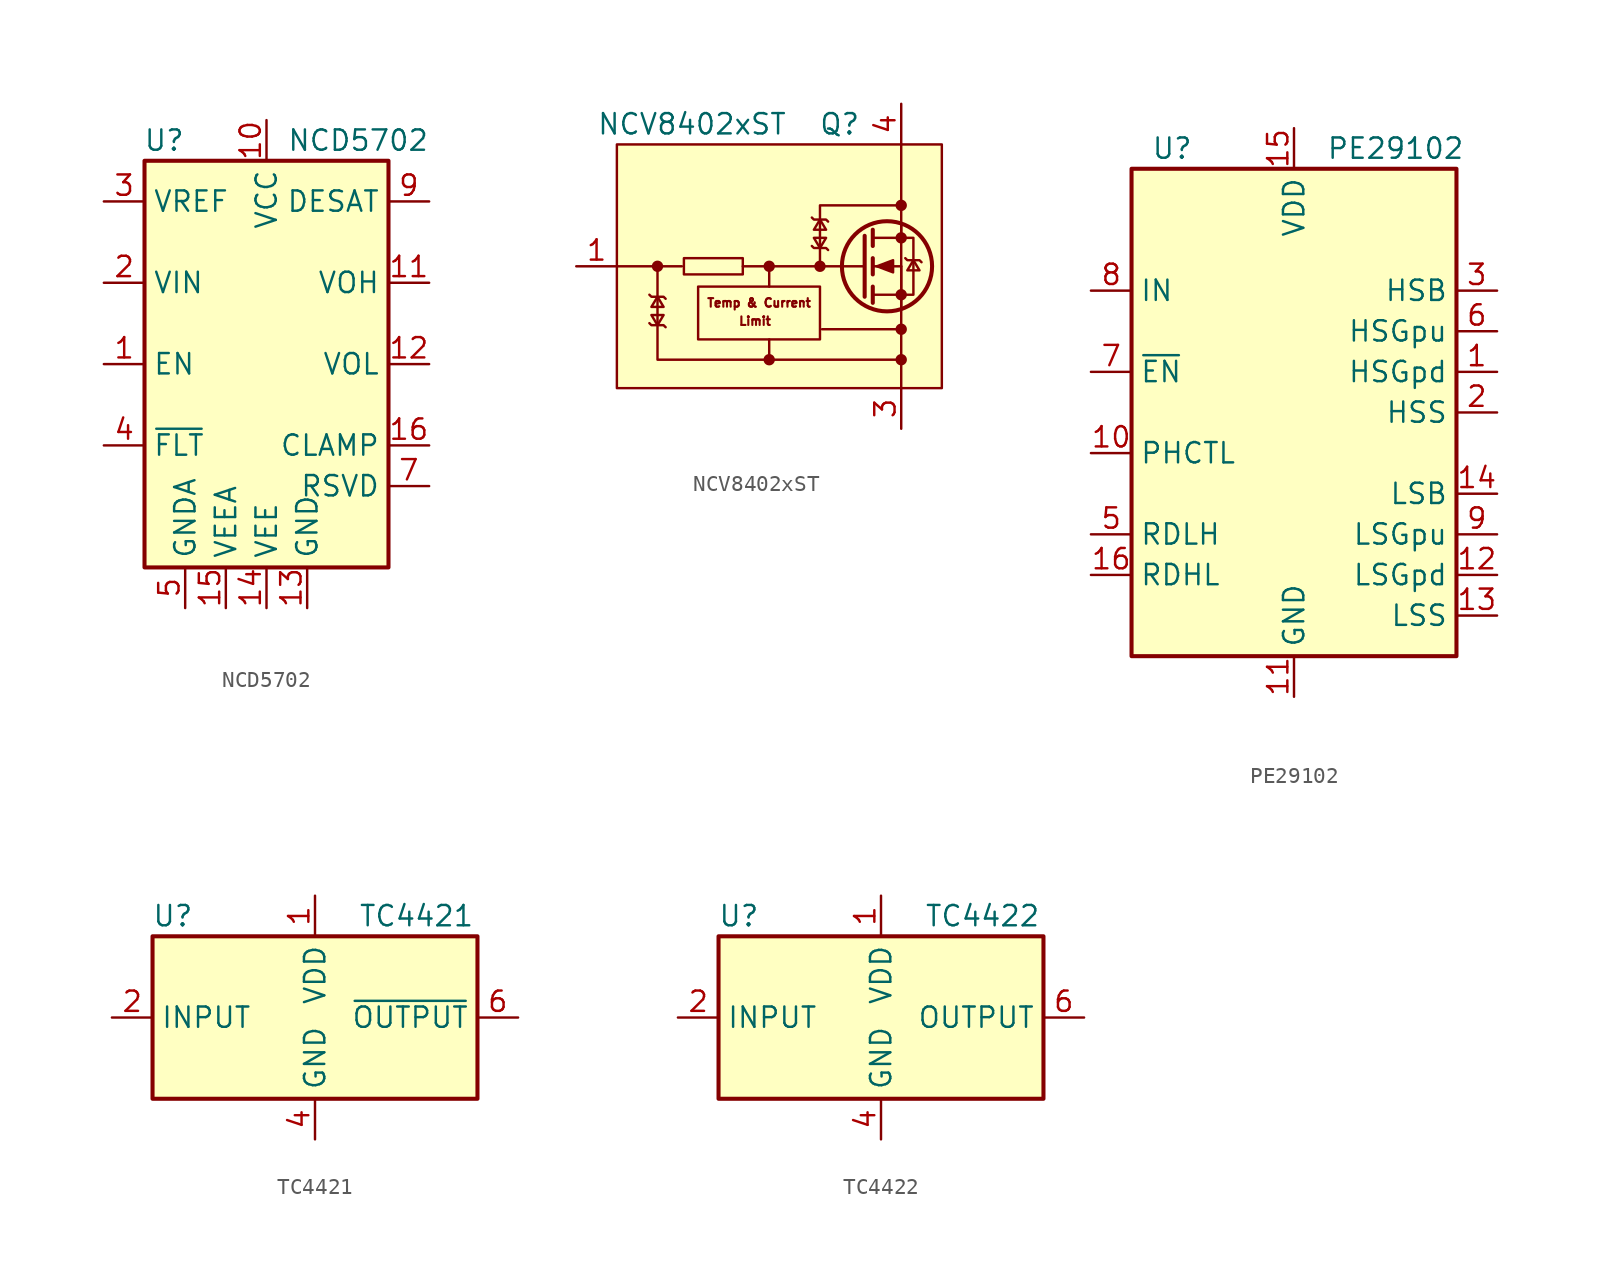
<source format=kicad_sym>
(kicad_symbol_lib
  (version 20200908)
  (generator kicad_symbol_editor)
  (symbol "Driver_FET:NCD5702"
    (property "Reference" "U"
      (at -5.08 13.97 0)
      (effects (font (size 1.27 1.27)) (justify right)))
    (property "Value" "NCD5702"
      (at 1.27 13.97 0)
      (effects (font (size 1.27 1.27)) (justify left)))
    (symbol "NCD5702_0_1"
      (rectangle (start -7.62 12.7) (end 7.62 -12.7) (stroke (width 0.254)) (fill (type background))))
    (symbol "NCD5702_1_1"
      (pin input line (at -10.16 0 0) (length 2.54) (name "EN" (effects (font (size 1.27 1.27)))) (number "1" (effects (font (size 1.27 1.27)))))
      (pin power_in line (at 0 15.24 270) (length 2.54) (name "VCC" (effects (font (size 1.27 1.27)))) (number "10" (effects (font (size 1.27 1.27)))))
      (pin open_emitter line (at 10.16 5.08 180) (length 2.54) (name "VOH" (effects (font (size 1.27 1.27)))) (number "11" (effects (font (size 1.27 1.27)))))
      (pin open_collector line (at 10.16 0 180) (length 2.54) (name "VOL" (effects (font (size 1.27 1.27)))) (number "12" (effects (font (size 1.27 1.27)))))
      (pin power_in line (at 2.54 -15.24 90) (length 2.54) (name "GND" (effects (font (size 1.27 1.27)))) (number "13" (effects (font (size 1.27 1.27)))))
      (pin power_in line (at 0 -15.24 90) (length 2.54) (name "VEE" (effects (font (size 1.27 1.27)))) (number "14" (effects (font (size 1.27 1.27)))))
      (pin power_in line (at -2.54 -15.24 90) (length 2.54) (name "VEEA" (effects (font (size 1.27 1.27)))) (number "15" (effects (font (size 1.27 1.27)))))
      (pin open_collector line (at 10.16 -5.08 180) (length 2.54) (name "CLAMP" (effects (font (size 1.27 1.27)))) (number "16" (effects (font (size 1.27 1.27)))))
      (pin input line (at -10.16 5.08 0) (length 2.54) (name "VIN" (effects (font (size 1.27 1.27)))) (number "2" (effects (font (size 1.27 1.27)))))
      (pin power_out line (at -10.16 10.16 0) (length 2.54) (name "VREF" (effects (font (size 1.27 1.27)))) (number "3" (effects (font (size 1.27 1.27)))))
      (pin open_collector line (at -10.16 -5.08 0) (length 2.54) (name "~FLT" (effects (font (size 1.27 1.27)))) (number "4" (effects (font (size 1.27 1.27)))))
      (pin power_in line (at -5.08 -15.24 90) (length 2.54) (name "GNDA" (effects (font (size 1.27 1.27)))) (number "5" (effects (font (size 1.27 1.27)))))
      (pin unconnected line (at -7.62 7.62 0) (length 2.54) hide (name "NC" (effects (font (size 1.27 1.27)))) (number "6" (effects (font (size 1.27 1.27)))))
      (pin passive line (at 10.16 -7.62 180) (length 2.54) (name "RSVD" (effects (font (size 1.27 1.27)))) (number "7" (effects (font (size 1.27 1.27)))))
      (pin unconnected line (at -7.62 2.54 0) (length 2.54) hide (name "NC" (effects (font (size 1.27 1.27)))) (number "8" (effects (font (size 1.27 1.27)))))
      (pin input line (at 10.16 10.16 180) (length 2.54) (name "DESAT" (effects (font (size 1.27 1.27)))) (number "9" (effects (font (size 1.27 1.27)))))))
  (symbol "Driver_FET:NCV8402xST"
    (pin_names
      (offset 0) hide)
    (property "Reference" "Q"
      (at 5.08 8.89 0)
      (effects (font (size 1.27 1.27)) (justify right)))
    (property "Value" "NCV8402xST"
      (at -11.43 8.89 0)
      (effects (font (size 1.27 1.27)) (justify left)))
    (symbol "NCV8402xST_1_1"
      (circle (center -7.62 0) (radius 0.279) (stroke (width 0)) (fill (type outline)))
      (circle (center -0.635 -5.842) (radius 0.279) (stroke (width 0)) (fill (type outline)))
      (circle (center -0.635 0) (radius 0.279) (stroke (width 0)) (fill (type outline)))
      (circle (center 2.54 0) (radius 0.279) (stroke (width 0)) (fill (type outline)))
      (circle (center 6.731 0) (radius 2.819) (stroke (width 0.254)) (fill (type none)))
      (circle (center 7.62 -5.842) (radius 0.279) (stroke (width 0)) (fill (type outline)))
      (circle (center 7.62 -3.937) (radius 0.279) (stroke (width 0)) (fill (type outline)))
      (circle (center 7.62 -1.778) (radius 0.279) (stroke (width 0)) (fill (type outline)))
      (circle (center 7.62 1.778) (radius 0.279) (stroke (width 0)) (fill (type outline)))
      (circle (center 7.62 3.81) (radius 0.279) (stroke (width 0)) (fill (type outline)))
      (polyline (pts (xy 2.54 0) (xy 5.334 0)) (stroke (width 0)) (fill (type none)))
      (polyline (pts (xy 5.842 -1.778) (xy 7.62 -1.778)) (stroke (width 0)) (fill (type none)))
      (polyline (pts (xy 5.842 -1.27) (xy 5.842 -2.286)) (stroke (width 0.254)) (fill (type none)))
      (polyline (pts (xy 5.842 0) (xy 7.62 0)) (stroke (width 0)) (fill (type none)))
      (polyline (pts (xy 5.842 0.508) (xy 5.842 -0.508)) (stroke (width 0.254)) (fill (type none)))
      (polyline (pts (xy 5.842 1.778) (xy 7.62 1.778)) (stroke (width 0)) (fill (type none)))
      (polyline (pts (xy 5.842 2.286) (xy 5.842 1.27)) (stroke (width 0.254)) (fill (type none)))
      (polyline (pts (xy 7.62 -1.778) (xy 7.62 -2.54)) (stroke (width 0)) (fill (type none)))
      (polyline (pts (xy 7.62 -1.778) (xy 7.62 0)) (stroke (width 0)) (fill (type none)))
      (polyline (pts (xy 7.62 2.54) (xy 7.62 1.778)) (stroke (width 0)) (fill (type none)))
      (polyline (pts (xy 5.334 1.905) (xy 5.334 -1.905) (xy 5.334 -1.905)) (stroke (width 0.254)) (fill (type none)))
      (polyline (pts (xy -8.128 -1.778) (xy -8.001 -1.905) (xy -7.239 -1.905) (xy -7.112 -2.032)) (stroke (width 0)) (fill (type none)))
      (polyline (pts (xy -7.62 -3.683) (xy -7.239 -3.048) (xy -8.001 -3.048) (xy -7.62 -3.683)) (stroke (width 0)) (fill (type none)))
      (polyline (pts (xy -7.62 -1.905) (xy -8.001 -2.54) (xy -7.239 -2.54) (xy -7.62 -1.905)) (stroke (width 0)) (fill (type none)))
      (polyline (pts (xy -7.112 -3.81) (xy -7.239 -3.683) (xy -8.001 -3.683) (xy -8.128 -3.556)) (stroke (width 0)) (fill (type none)))
      (polyline (pts (xy 2.032 3.048) (xy 2.159 2.921) (xy 2.921 2.921) (xy 3.048 2.794)) (stroke (width 0)) (fill (type none)))
      (polyline (pts (xy 2.54 1.143) (xy 2.921 1.778) (xy 2.159 1.778) (xy 2.54 1.143)) (stroke (width 0)) (fill (type none)))
      (polyline (pts (xy 2.54 2.921) (xy 2.159 2.286) (xy 2.921 2.286) (xy 2.54 2.921)) (stroke (width 0)) (fill (type none)))
      (polyline (pts (xy 3.048 1.016) (xy 2.921 1.143) (xy 2.159 1.143) (xy 2.032 1.27)) (stroke (width 0)) (fill (type none)))
      (polyline (pts (xy 6.096 0) (xy 7.112 0.381) (xy 7.112 -0.381) (xy 6.096 0)) (stroke (width 0)) (fill (type outline)))
      (polyline (pts (xy 7.62 -1.778) (xy 8.382 -1.778) (xy 8.382 1.778) (xy 7.62 1.778)) (stroke (width 0)) (fill (type none)))
      (polyline (pts (xy 7.874 0.508) (xy 8.001 0.381) (xy 8.763 0.381) (xy 8.89 0.254)) (stroke (width 0)) (fill (type none)))
      (polyline (pts (xy 8.382 0.381) (xy 8.001 -0.254) (xy 8.763 -0.254) (xy 8.382 0.381)) (stroke (width 0)) (fill (type none)))
      (pin input line (at -12.7 0 0) (length 2.54) (name "G" (effects (font (size 1.27 1.27)))) (number "1" (effects (font (size 1.27 1.27)))))
      (pin passive line (at 7.62 10.16 270) (length 2.54) hide (name "D" (effects (font (size 1.27 1.27)))) (number "2" (effects (font (size 1.27 1.27)))))
      (pin passive line (at 7.62 -10.16 90) (length 2.54) (name "S" (effects (font (size 1.27 1.27)))) (number "3" (effects (font (size 1.27 1.27)))))
      (pin passive line (at 7.62 10.16 270) (length 2.54) (name "D" (effects (font (size 1.27 1.27)))) (number "4" (effects (font (size 1.27 1.27))))))
    (symbol "NCV8402xST_0_0"
      (text "Limit" (at -1.524 -3.429 0) (effects (font (size 0.533 0.533))))
      (text "Temp & Current" (at -1.27 -2.286 0) (effects (font (size 0.533 0.533))))
      (rectangle (start -10.16 7.62) (end 10.16 -7.62) (stroke (width 0)) (fill (type background)))
      (rectangle (start -5.969 0.508) (end -2.286 -0.508) (stroke (width 0)) (fill (type none)))
      (polyline (pts (xy 7.62 2.54) (xy 7.62 -7.62)) (stroke (width 0)) (fill (type none)))
      (polyline (pts (xy 7.62 2.54) (xy 7.62 7.62)) (stroke (width 0)) (fill (type none)))
      (polyline (pts (xy -0.635 -1.27) (xy -0.635 -0.635) (xy -0.635 0)) (stroke (width 0)) (fill (type none)))
      (polyline (pts (xy 2.54 0) (xy -2.286 0) (xy -0.889 0)) (stroke (width 0)) (fill (type none)))
      (polyline (pts (xy 2.54 0) (xy 2.54 3.81) (xy 7.62 3.81)) (stroke (width 0)) (fill (type none)))
      (polyline (pts (xy 7.62 -5.842) (xy -0.635 -5.842) (xy -0.635 -4.572)) (stroke (width 0)) (fill (type none)))
      (polyline (pts (xy -0.635 -5.842) (xy -7.62 -5.842) (xy -7.62 0) (xy -6.096 0)) (stroke (width 0)) (fill (type none))))
    (symbol "NCV8402xST_0_1"
      (rectangle (start -5.08 -1.27) (end 2.54 -4.572) (stroke (width 0)) (fill (type none)))
      (polyline (pts (xy -7.62 0) (xy -10.16 0)) (stroke (width 0)) (fill (type none)))
      (polyline (pts (xy 7.62 -3.937) (xy 2.667 -3.937)) (stroke (width 0)) (fill (type none)))))
  (symbol "Driver_FET:PE29102"
    (property "Reference" "U"
      (at -7.62 16.51 0)
      (effects (font (size 1.27 1.27))))
    (property "Value" "PE29102"
      (at 6.35 16.51 0)
      (effects (font (size 1.27 1.27))))
    (symbol "PE29102_0_1"
      (rectangle (start 10.16 15.24) (end -10.16 -15.24) (stroke (width 0.254)) (fill (type background))))
    (symbol "PE29102_1_1"
      (pin output line (at 12.7 2.54 180) (length 2.54) (name "HSGpd" (effects (font (size 1.27 1.27)))) (number "1" (effects (font (size 1.27 1.27)))))
      (pin input line (at -12.7 -2.54 0) (length 2.54) (name "PHCTL" (effects (font (size 1.27 1.27)))) (number "10" (effects (font (size 1.27 1.27)))))
      (pin power_in line (at 0 -17.78 90) (length 2.54) (name "GND" (effects (font (size 1.27 1.27)))) (number "11" (effects (font (size 1.27 1.27)))))
      (pin output line (at 12.7 -10.16 180) (length 2.54) (name "LSGpd" (effects (font (size 1.27 1.27)))) (number "12" (effects (font (size 1.27 1.27)))))
      (pin passive line (at 12.7 -12.7 180) (length 2.54) (name "LSS" (effects (font (size 1.27 1.27)))) (number "13" (effects (font (size 1.27 1.27)))))
      (pin input line (at 12.7 -5.08 180) (length 2.54) (name "LSB" (effects (font (size 1.27 1.27)))) (number "14" (effects (font (size 1.27 1.27)))))
      (pin power_in line (at 0 17.78 270) (length 2.54) (name "VDD" (effects (font (size 1.27 1.27)))) (number "15" (effects (font (size 1.27 1.27)))))
      (pin passive line (at -12.7 -10.16 0) (length 2.54) (name "RDHL" (effects (font (size 1.27 1.27)))) (number "16" (effects (font (size 1.27 1.27)))))
      (pin passive line (at 12.7 0 180) (length 2.54) (name "HSS" (effects (font (size 1.27 1.27)))) (number "2" (effects (font (size 1.27 1.27)))))
      (pin input line (at 12.7 7.62 180) (length 2.54) (name "HSB" (effects (font (size 1.27 1.27)))) (number "3" (effects (font (size 1.27 1.27)))))
      (pin unconnected line (at 10.16 12.7 180) (length 2.54) hide (name "NC" (effects (font (size 1.27 1.27)))) (number "4" (effects (font (size 1.27 1.27)))))
      (pin passive line (at -12.7 -7.62 0) (length 2.54) (name "RDLH" (effects (font (size 1.27 1.27)))) (number "5" (effects (font (size 1.27 1.27)))))
      (pin output line (at 12.7 5.08 180) (length 2.54) (name "HSGpu" (effects (font (size 1.27 1.27)))) (number "6" (effects (font (size 1.27 1.27)))))
      (pin input line (at -12.7 2.54 0) (length 2.54) (name "~EN" (effects (font (size 1.27 1.27)))) (number "7" (effects (font (size 1.27 1.27)))))
      (pin input line (at -12.7 7.62 0) (length 2.54) (name "IN" (effects (font (size 1.27 1.27)))) (number "8" (effects (font (size 1.27 1.27)))))
      (pin output line (at 12.7 -7.62 180) (length 2.54) (name "LSGpu" (effects (font (size 1.27 1.27)))) (number "9" (effects (font (size 1.27 1.27)))))))
  (symbol "Driver_FET:TC4421"
    (property "Reference" "U"
      (at -8.89 6.35 0)
      (effects (font (size 1.27 1.27))))
    (property "Value" "TC4421"
      (at 6.35 6.35 0)
      (effects (font (size 1.27 1.27))))
    (symbol "TC4421_0_1"
      (rectangle (start -10.16 5.08) (end 10.16 -5.08) (stroke (width 0.254)) (fill (type background))))
    (symbol "TC4421_1_1"
      (pin power_in line (at 0 7.62 270) (length 2.54) (name "VDD" (effects (font (size 1.27 1.27)))) (number "1" (effects (font (size 1.27 1.27)))))
      (pin input line (at -12.7 0 0) (length 2.54) (name "INPUT" (effects (font (size 1.27 1.27)))) (number "2" (effects (font (size 1.27 1.27)))))
      (pin unconnected line (at -5.08 -5.08 90) (length 2.54) hide (name "NC" (effects (font (size 1.27 1.27)))) (number "3" (effects (font (size 1.27 1.27)))))
      (pin power_in line (at 0 -7.62 90) (length 2.54) (name "GND" (effects (font (size 1.27 1.27)))) (number "4" (effects (font (size 1.27 1.27)))))
      (pin passive line (at 0 -7.62 90) (length 2.54) hide (name "GND" (effects (font (size 1.27 1.27)))) (number "5" (effects (font (size 1.27 1.27)))))
      (pin output line (at 12.7 0 180) (length 2.54) (name "~OUTPUT" (effects (font (size 1.27 1.27)))) (number "6" (effects (font (size 1.27 1.27)))))
      (pin passive line (at 12.7 0 180) (length 2.54) hide (name "~OUTPUT" (effects (font (size 1.27 1.27)))) (number "7" (effects (font (size 1.27 1.27)))))
      (pin passive line (at 0 7.62 270) (length 2.54) hide (name "VDD" (effects (font (size 1.27 1.27)))) (number "8" (effects (font (size 1.27 1.27)))))))
  (symbol "Driver_FET:TC4422"
    (property "Reference" "U"
      (at -8.89 6.35 0)
      (effects (font (size 1.27 1.27))))
    (property "Value" "TC4422"
      (at 6.35 6.35 0)
      (effects (font (size 1.27 1.27))))
    (symbol "TC4422_0_1"
      (rectangle (start -10.16 5.08) (end 10.16 -5.08) (stroke (width 0.254)) (fill (type background))))
    (symbol "TC4422_1_1"
      (pin power_in line (at 0 7.62 270) (length 2.54) (name "VDD" (effects (font (size 1.27 1.27)))) (number "1" (effects (font (size 1.27 1.27)))))
      (pin input line (at -12.7 0 0) (length 2.54) (name "INPUT" (effects (font (size 1.27 1.27)))) (number "2" (effects (font (size 1.27 1.27)))))
      (pin unconnected line (at -5.08 -5.08 90) (length 2.54) hide (name "NC" (effects (font (size 1.27 1.27)))) (number "3" (effects (font (size 1.27 1.27)))))
      (pin power_in line (at 0 -7.62 90) (length 2.54) (name "GND" (effects (font (size 1.27 1.27)))) (number "4" (effects (font (size 1.27 1.27)))))
      (pin passive line (at 0 -7.62 90) (length 2.54) hide (name "GND" (effects (font (size 1.27 1.27)))) (number "5" (effects (font (size 1.27 1.27)))))
      (pin output line (at 12.7 0 180) (length 2.54) (name "OUTPUT" (effects (font (size 1.27 1.27)))) (number "6" (effects (font (size 1.27 1.27)))))
      (pin passive line (at 12.7 0 180) (length 2.54) hide (name "OUTPUT" (effects (font (size 1.27 1.27)))) (number "7" (effects (font (size 1.27 1.27)))))
      (pin passive line (at 0 7.62 270) (length 2.54) hide (name "VDD" (effects (font (size 1.27 1.27)))) (number "8" (effects (font (size 1.27 1.27))))))))
</source>
